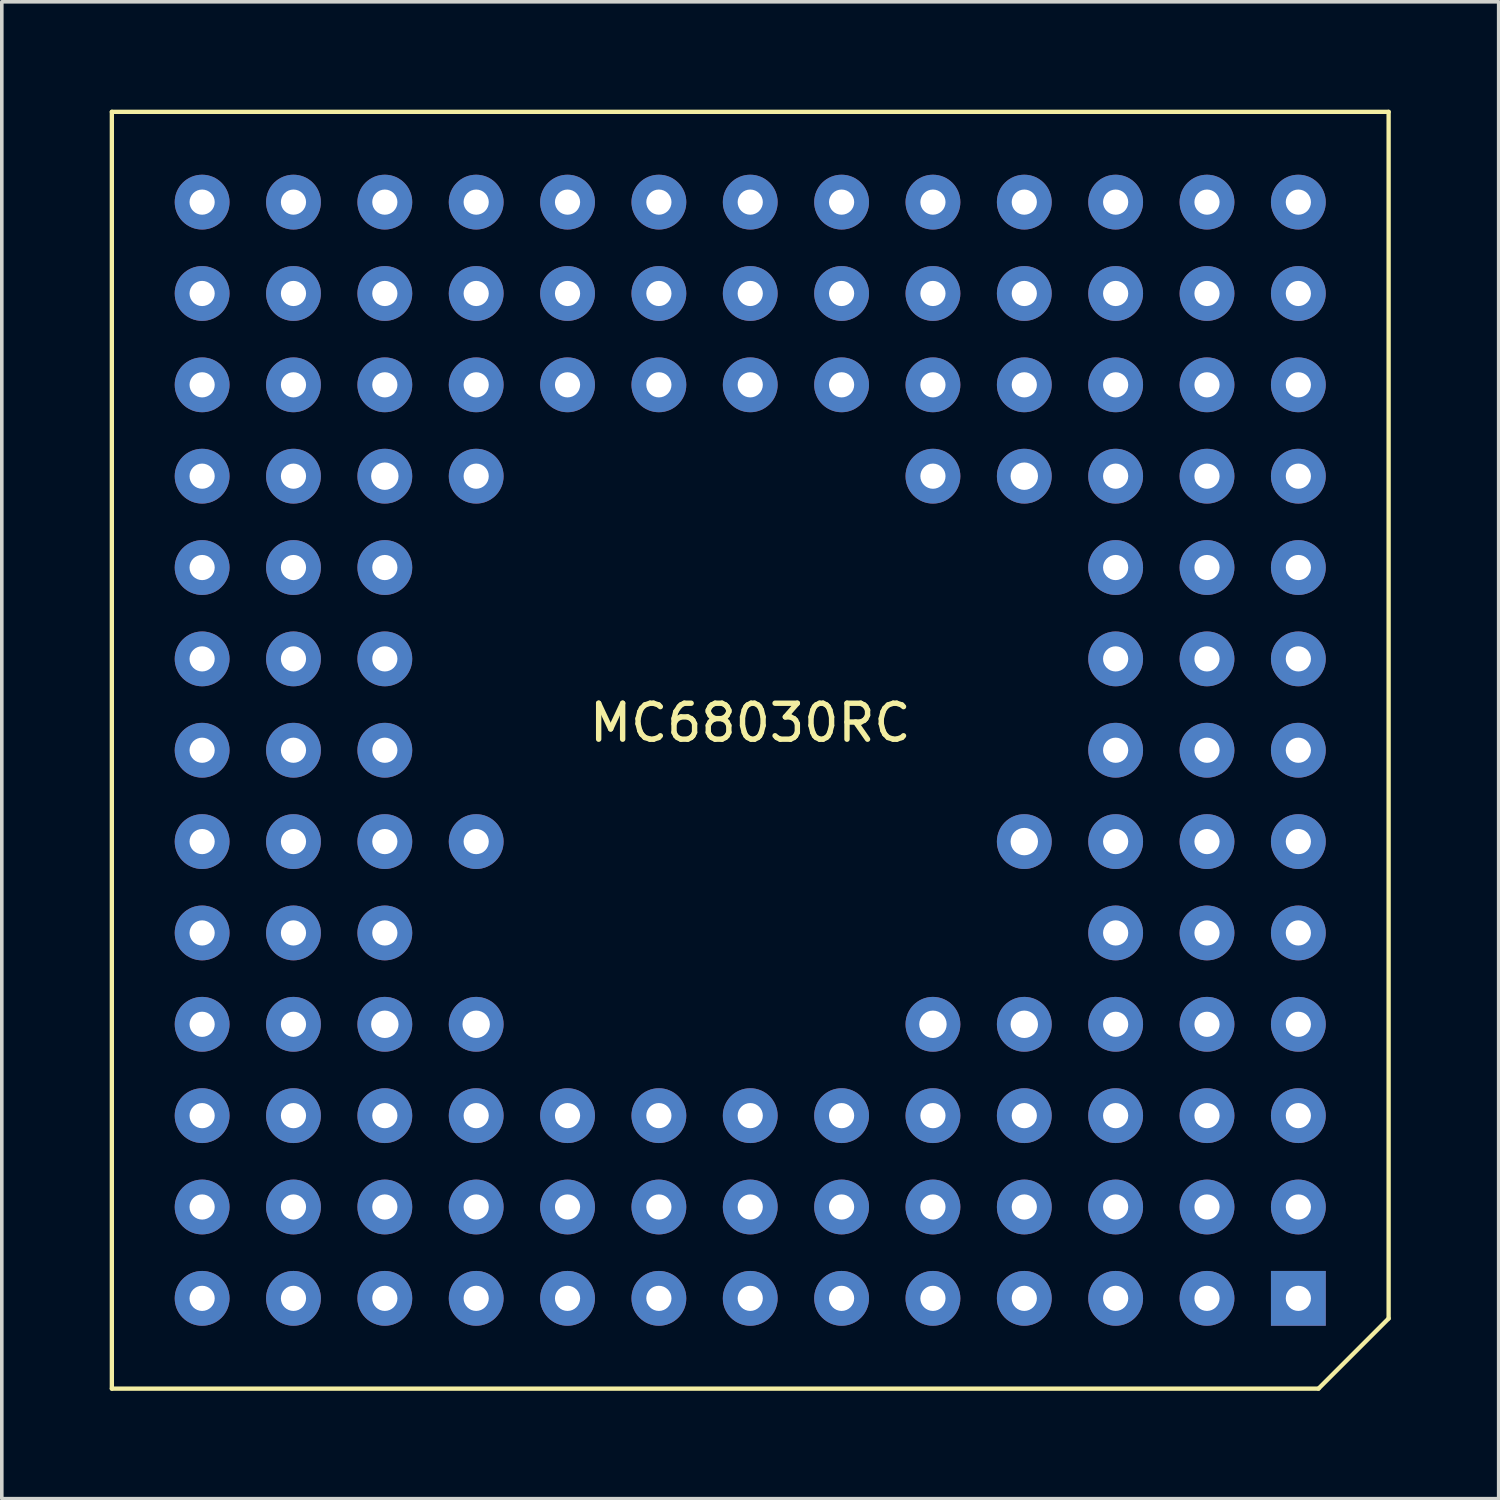
<source format=kicad_pcb>
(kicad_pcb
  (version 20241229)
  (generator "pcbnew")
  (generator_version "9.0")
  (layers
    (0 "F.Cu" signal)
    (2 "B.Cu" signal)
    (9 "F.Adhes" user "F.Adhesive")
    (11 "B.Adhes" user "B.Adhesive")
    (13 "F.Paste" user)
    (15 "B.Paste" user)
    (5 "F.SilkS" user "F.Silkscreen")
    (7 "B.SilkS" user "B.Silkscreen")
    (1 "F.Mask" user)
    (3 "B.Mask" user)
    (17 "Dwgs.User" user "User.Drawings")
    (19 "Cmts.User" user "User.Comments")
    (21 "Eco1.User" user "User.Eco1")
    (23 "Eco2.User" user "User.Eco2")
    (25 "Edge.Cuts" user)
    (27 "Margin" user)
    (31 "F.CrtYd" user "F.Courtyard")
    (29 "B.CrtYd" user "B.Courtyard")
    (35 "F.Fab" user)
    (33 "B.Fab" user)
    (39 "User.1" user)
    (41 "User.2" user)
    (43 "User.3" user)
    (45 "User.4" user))
  (footprint "MC68030RC"
    (layer "F.Cu")
    (at 17.81 17.81)
    (property "Reference" "MC68030RC" (at 0 -0.762 0) (layer "F.SilkS") (effects (font (size 1 1) (thickness 0.15))))
    (attr through_hole)
    (fp_line (start -17.75 -17.75) (end 17.75 -17.75) (stroke (width 0.12) (type solid)) (layer "F.SilkS"))
    (fp_line (start -17.75 17.75) (end -17.75 -17.75) (stroke (width 0.12) (type solid)) (layer "F.SilkS"))
    (fp_line (start 15.8 17.75) (end -17.75 17.75) (stroke (width 0.12) (type solid)) (layer "F.SilkS"))
    (fp_line (start 17.75 -17.75) (end 17.75 15.8) (stroke (width 0.12) (type solid)) (layer "F.SilkS"))
    (fp_line (start 17.75 15.8) (end 15.8 17.75) (stroke (width 0.12) (type solid)) (layer "F.SilkS"))
    (pad "A1" thru_hole rect (at 15.24 15.24) (size 1.524 1.524) (drill 0.7) (layers "*.Cu" "*.Mask"))
    (pad "A2" thru_hole circle (at 12.7 15.24) (size 1.524 1.524) (drill 0.7) (layers "*.Cu" "*.Mask"))
    (pad "A3" thru_hole circle (at 10.16 15.24) (size 1.524 1.524) (drill 0.7) (layers "*.Cu" "*.Mask"))
    (pad "A4" thru_hole circle (at 7.62 15.24) (size 1.524 1.524) (drill 0.7) (layers "*.Cu" "*.Mask"))
    (pad "A5" thru_hole circle (at 5.08 15.24) (size 1.524 1.524) (drill 0.7) (layers "*.Cu" "*.Mask"))
    (pad "A6" thru_hole circle (at 2.54 15.24) (size 1.524 1.524) (drill 0.7) (layers "*.Cu" "*.Mask"))
    (pad "A7" thru_hole circle (at 0 15.24) (size 1.524 1.524) (drill 0.7) (layers "*.Cu" "*.Mask"))
    (pad "A8" thru_hole circle (at -2.54 15.24) (size 1.524 1.524) (drill 0.7) (layers "*.Cu" "*.Mask"))
    (pad "A9" thru_hole circle (at -5.08 15.24) (size 1.524 1.524) (drill 0.7) (layers "*.Cu" "*.Mask"))
    (pad "A10" thru_hole circle (at -7.62 15.24) (size 1.524 1.524) (drill 0.7) (layers "*.Cu" "*.Mask"))
    (pad "A11" thru_hole circle (at -10.16 15.24) (size 1.524 1.524) (drill 0.7) (layers "*.Cu" "*.Mask"))
    (pad "A12" thru_hole circle (at -12.7 15.24) (size 1.524 1.524) (drill 0.7) (layers "*.Cu" "*.Mask"))
    (pad "A13" thru_hole circle (at -15.24 15.24) (size 1.524 1.524) (drill 0.7) (layers "*.Cu" "*.Mask"))
    (pad "B1" thru_hole circle (at 15.24 12.7) (size 1.524 1.524) (drill 0.7) (layers "*.Cu" "*.Mask"))
    (pad "B2" thru_hole circle (at 12.7 12.7) (size 1.524 1.524) (drill 0.7) (layers "*.Cu" "*.Mask"))
    (pad "B3" thru_hole circle (at 10.16 12.7) (size 1.524 1.524) (drill 0.7) (layers "*.Cu" "*.Mask"))
    (pad "B4" thru_hole circle (at 7.62 12.7) (size 1.524 1.524) (drill 0.7) (layers "*.Cu" "*.Mask"))
    (pad "B5" thru_hole circle (at 5.08 12.7) (size 1.524 1.524) (drill 0.7) (layers "*.Cu" "*.Mask"))
    (pad "B6" thru_hole circle (at 2.54 12.7) (size 1.524 1.524) (drill 0.7) (layers "*.Cu" "*.Mask"))
    (pad "B7" thru_hole circle (at 0 12.7) (size 1.524 1.524) (drill 0.7) (layers "*.Cu" "*.Mask"))
    (pad "B8" thru_hole circle (at -2.54 12.7) (size 1.524 1.524) (drill 0.7) (layers "*.Cu" "*.Mask"))
    (pad "B9" thru_hole circle (at -5.08 12.7) (size 1.524 1.524) (drill 0.7) (layers "*.Cu" "*.Mask"))
    (pad "B10" thru_hole circle (at -7.62 12.7) (size 1.524 1.524) (drill 0.7) (layers "*.Cu" "*.Mask"))
    (pad "B11" thru_hole circle (at -10.16 12.7) (size 1.524 1.524) (drill 0.7) (layers "*.Cu" "*.Mask"))
    (pad "B12" thru_hole circle (at -12.7 12.7) (size 1.524 1.524) (drill 0.7) (layers "*.Cu" "*.Mask"))
    (pad "B13" thru_hole circle (at -15.24 12.7) (size 1.524 1.524) (drill 0.7) (layers "*.Cu" "*.Mask"))
    (pad "C1" thru_hole circle (at 15.24 10.16) (size 1.524 1.524) (drill 0.7) (layers "*.Cu" "*.Mask"))
    (pad "C2" thru_hole circle (at 12.7 10.16) (size 1.524 1.524) (drill 0.7) (layers "*.Cu" "*.Mask"))
    (pad "C3" thru_hole circle (at 10.16 10.16) (size 1.524 1.524) (drill 0.7) (layers "*.Cu" "*.Mask"))
    (pad "C4" thru_hole circle (at 7.62 10.16) (size 1.524 1.524) (drill 0.7) (layers "*.Cu" "*.Mask"))
    (pad "C5" thru_hole circle (at 5.08 10.16) (size 1.524 1.524) (drill 0.7) (layers "*.Cu" "*.Mask"))
    (pad "C6" thru_hole circle (at 2.54 10.16) (size 1.524 1.524) (drill 0.7) (layers "*.Cu" "*.Mask"))
    (pad "C7" thru_hole circle (at 0 10.16) (size 1.524 1.524) (drill 0.7) (layers "*.Cu" "*.Mask"))
    (pad "C8" thru_hole circle (at -2.54 10.16) (size 1.524 1.524) (drill 0.7) (layers "*.Cu" "*.Mask"))
    (pad "C9" thru_hole circle (at -5.08 10.16) (size 1.524 1.524) (drill 0.7) (layers "*.Cu" "*.Mask"))
    (pad "C10" thru_hole circle (at -7.62 10.16) (size 1.524 1.524) (drill 0.7) (layers "*.Cu" "*.Mask"))
    (pad "C11" thru_hole circle (at -10.16 10.16) (size 1.524 1.524) (drill 0.7) (layers "*.Cu" "*.Mask"))
    (pad "C12" thru_hole circle (at -12.7 10.16) (size 1.524 1.524) (drill 0.7) (layers "*.Cu" "*.Mask"))
    (pad "C13" thru_hole circle (at -15.24 10.16) (size 1.524 1.524) (drill 0.7) (layers "*.Cu" "*.Mask"))
    (pad "D1" thru_hole circle (at 15.24 7.62) (size 1.524 1.524) (drill 0.7) (layers "*.Cu" "*.Mask"))
    (pad "D2" thru_hole circle (at 12.7 7.62) (size 1.524 1.524) (drill 0.7) (layers "*.Cu" "*.Mask"))
    (pad "D3" thru_hole circle (at 10.16 7.62) (size 1.524 1.524) (drill 0.7) (layers "*.Cu" "*.Mask"))
    (pad "D4" thru_hole circle (at 7.62 7.62) (size 1.524 1.524) (drill 0.762) (layers "*.Cu" "*.Mask"))
    (pad "D5" thru_hole circle (at 5.08 7.62) (size 1.524 1.524) (drill 0.762) (layers "*.Cu" "*.Mask"))
    (pad "D10" thru_hole circle (at -7.62 7.62) (size 1.524 1.524) (drill 0.762) (layers "*.Cu" "*.Mask"))
    (pad "D11" thru_hole circle (at -10.16 7.62) (size 1.524 1.524) (drill 0.762) (layers "*.Cu" "*.Mask"))
    (pad "D12" thru_hole circle (at -12.7 7.62) (size 1.524 1.524) (drill 0.7) (layers "*.Cu" "*.Mask"))
    (pad "D13" thru_hole circle (at -15.24 7.62) (size 1.524 1.524) (drill 0.7) (layers "*.Cu" "*.Mask"))
    (pad "E1" thru_hole circle (at 15.24 5.08) (size 1.524 1.524) (drill 0.7) (layers "*.Cu" "*.Mask"))
    (pad "E2" thru_hole circle (at 12.7 5.08) (size 1.524 1.524) (drill 0.7) (layers "*.Cu" "*.Mask"))
    (pad "E3" thru_hole circle (at 10.16 5.08) (size 1.524 1.524) (drill 0.7) (layers "*.Cu" "*.Mask"))
    (pad "E11" thru_hole circle (at -10.16 5.08) (size 1.524 1.524) (drill 0.7) (layers "*.Cu" "*.Mask"))
    (pad "E12" thru_hole circle (at -12.7 5.08) (size 1.524 1.524) (drill 0.7) (layers "*.Cu" "*.Mask"))
    (pad "E13" thru_hole circle (at -15.24 5.08) (size 1.524 1.524) (drill 0.7) (layers "*.Cu" "*.Mask"))
    (pad "F1" thru_hole circle (at 15.24 2.54) (size 1.524 1.524) (drill 0.7) (layers "*.Cu" "*.Mask"))
    (pad "F2" thru_hole circle (at 12.7 2.54) (size 1.524 1.524) (drill 0.7) (layers "*.Cu" "*.Mask"))
    (pad "F3" thru_hole circle (at 10.16 2.54) (size 1.524 1.524) (drill 0.7) (layers "*.Cu" "*.Mask"))
    (pad "F4" thru_hole circle (at 7.62 2.54) (size 1.524 1.524) (drill 0.762) (layers "*.Cu" "*.Mask"))
    (pad "F10" thru_hole circle (at -7.62 2.54) (size 1.524 1.524) (drill 0.7) (layers "*.Cu" "*.Mask"))
    (pad "F11" thru_hole circle (at -10.16 2.54) (size 1.524 1.524) (drill 0.7) (layers "*.Cu" "*.Mask"))
    (pad "F12" thru_hole circle (at -12.7 2.54) (size 1.524 1.524) (drill 0.7) (layers "*.Cu" "*.Mask"))
    (pad "F13" thru_hole circle (at -15.24 2.54) (size 1.524 1.524) (drill 0.7) (layers "*.Cu" "*.Mask"))
    (pad "G1" thru_hole circle (at 15.24 0) (size 1.524 1.524) (drill 0.7) (layers "*.Cu" "*.Mask"))
    (pad "G2" thru_hole circle (at 12.7 0) (size 1.524 1.524) (drill 0.7) (layers "*.Cu" "*.Mask"))
    (pad "G3" thru_hole circle (at 10.16 0) (size 1.524 1.524) (drill 0.7) (layers "*.Cu" "*.Mask"))
    (pad "G11" thru_hole circle (at -10.16 0) (size 1.524 1.524) (drill 0.7) (layers "*.Cu" "*.Mask"))
    (pad "G12" thru_hole circle (at -12.7 0) (size 1.524 1.524) (drill 0.7) (layers "*.Cu" "*.Mask"))
    (pad "G13" thru_hole circle (at -15.24 0) (size 1.524 1.524) (drill 0.7) (layers "*.Cu" "*.Mask"))
    (pad "H1" thru_hole circle (at 15.24 -2.54) (size 1.524 1.524) (drill 0.7) (layers "*.Cu" "*.Mask"))
    (pad "H2" thru_hole circle (at 12.7 -2.54) (size 1.524 1.524) (drill 0.7) (layers "*.Cu" "*.Mask"))
    (pad "H3" thru_hole circle (at 10.16 -2.54) (size 1.524 1.524) (drill 0.7) (layers "*.Cu" "*.Mask"))
    (pad "H11" thru_hole circle (at -10.16 -2.54) (size 1.524 1.524) (drill 0.7) (layers "*.Cu" "*.Mask"))
    (pad "H12" thru_hole circle (at -12.7 -2.54) (size 1.524 1.524) (drill 0.7) (layers "*.Cu" "*.Mask"))
    (pad "H13" thru_hole circle (at -15.24 -2.54) (size 1.524 1.524) (drill 0.7) (layers "*.Cu" "*.Mask"))
    (pad "J1" thru_hole circle (at 15.24 -5.08) (size 1.524 1.524) (drill 0.7) (layers "*.Cu" "*.Mask"))
    (pad "J2" thru_hole circle (at 12.7 -5.08) (size 1.524 1.524) (drill 0.7) (layers "*.Cu" "*.Mask"))
    (pad "J3" thru_hole circle (at 10.16 -5.08) (size 1.524 1.524) (drill 0.7) (layers "*.Cu" "*.Mask"))
    (pad "J11" thru_hole circle (at -10.16 -5.08) (size 1.524 1.524) (drill 0.7) (layers "*.Cu" "*.Mask"))
    (pad "J12" thru_hole circle (at -12.7 -5.08) (size 1.524 1.524) (drill 0.7) (layers "*.Cu" "*.Mask"))
    (pad "J13" thru_hole circle (at -15.24 -5.08) (size 1.524 1.524) (drill 0.7) (layers "*.Cu" "*.Mask"))
    (pad "K1" thru_hole circle (at 15.24 -7.62) (size 1.524 1.524) (drill 0.7) (layers "*.Cu" "*.Mask"))
    (pad "K2" thru_hole circle (at 12.7 -7.62) (size 1.524 1.524) (drill 0.7) (layers "*.Cu" "*.Mask"))
    (pad "K3" thru_hole circle (at 10.16 -7.62) (size 1.524 1.524) (drill 0.7) (layers "*.Cu" "*.Mask"))
    (pad "K4" thru_hole circle (at 7.62 -7.62) (size 1.524 1.524) (drill 0.762) (layers "*.Cu" "*.Mask"))
    (pad "K5" thru_hole circle (at 5.08 -7.62) (size 1.524 1.524) (drill 0.7) (layers "*.Cu" "*.Mask"))
    (pad "K10" thru_hole circle (at -7.62 -7.62) (size 1.524 1.524) (drill 0.7) (layers "*.Cu" "*.Mask"))
    (pad "K11" thru_hole circle (at -10.16 -7.62) (size 1.524 1.524) (drill 0.762) (layers "*.Cu" "*.Mask"))
    (pad "K12" thru_hole circle (at -12.7 -7.62) (size 1.524 1.524) (drill 0.7) (layers "*.Cu" "*.Mask"))
    (pad "K13" thru_hole circle (at -15.24 -7.62) (size 1.524 1.524) (drill 0.7) (layers "*.Cu" "*.Mask"))
    (pad "L1" thru_hole circle (at 15.24 -10.16) (size 1.524 1.524) (drill 0.7) (layers "*.Cu" "*.Mask"))
    (pad "L2" thru_hole circle (at 12.7 -10.16) (size 1.524 1.524) (drill 0.7) (layers "*.Cu" "*.Mask"))
    (pad "L3" thru_hole circle (at 10.16 -10.16) (size 1.524 1.524) (drill 0.7) (layers "*.Cu" "*.Mask"))
    (pad "L4" thru_hole circle (at 7.62 -10.16) (size 1.524 1.524) (drill 0.7) (layers "*.Cu" "*.Mask"))
    (pad "L5" thru_hole circle (at 5.08 -10.16) (size 1.524 1.524) (drill 0.7) (layers "*.Cu" "*.Mask"))
    (pad "L6" thru_hole circle (at 2.54 -10.16) (size 1.524 1.524) (drill 0.7) (layers "*.Cu" "*.Mask"))
    (pad "L7" thru_hole circle (at 0 -10.16) (size 1.524 1.524) (drill 0.7) (layers "*.Cu" "*.Mask"))
    (pad "L8" thru_hole circle (at -2.54 -10.16) (size 1.524 1.524) (drill 0.7) (layers "*.Cu" "*.Mask"))
    (pad "L9" thru_hole circle (at -5.08 -10.16) (size 1.524 1.524) (drill 0.7) (layers "*.Cu" "*.Mask"))
    (pad "L10" thru_hole circle (at -7.62 -10.16) (size 1.524 1.524) (drill 0.7) (layers "*.Cu" "*.Mask"))
    (pad "L11" thru_hole circle (at -10.16 -10.16) (size 1.524 1.524) (drill 0.7) (layers "*.Cu" "*.Mask"))
    (pad "L12" thru_hole circle (at -12.7 -10.16) (size 1.524 1.524) (drill 0.7) (layers "*.Cu" "*.Mask"))
    (pad "L13" thru_hole circle (at -15.24 -10.16) (size 1.524 1.524) (drill 0.7) (layers "*.Cu" "*.Mask"))
    (pad "M1" thru_hole circle (at 15.24 -12.7) (size 1.524 1.524) (drill 0.7) (layers "*.Cu" "*.Mask"))
    (pad "M2" thru_hole circle (at 12.7 -12.7) (size 1.524 1.524) (drill 0.7) (layers "*.Cu" "*.Mask"))
    (pad "M3" thru_hole circle (at 10.16 -12.7) (size 1.524 1.524) (drill 0.7) (layers "*.Cu" "*.Mask"))
    (pad "M4" thru_hole circle (at 7.62 -12.7) (size 1.524 1.524) (drill 0.7) (layers "*.Cu" "*.Mask"))
    (pad "M5" thru_hole circle (at 5.08 -12.7) (size 1.524 1.524) (drill 0.7) (layers "*.Cu" "*.Mask"))
    (pad "M6" thru_hole circle (at 2.54 -12.7) (size 1.524 1.524) (drill 0.7) (layers "*.Cu" "*.Mask"))
    (pad "M7" thru_hole circle (at 0 -12.7) (size 1.524 1.524) (drill 0.7) (layers "*.Cu" "*.Mask"))
    (pad "M8" thru_hole circle (at -2.54 -12.7) (size 1.524 1.524) (drill 0.7) (layers "*.Cu" "*.Mask"))
    (pad "M9" thru_hole circle (at -5.08 -12.7) (size 1.524 1.524) (drill 0.7) (layers "*.Cu" "*.Mask"))
    (pad "M10" thru_hole circle (at -7.62 -12.7) (size 1.524 1.524) (drill 0.7) (layers "*.Cu" "*.Mask"))
    (pad "M11" thru_hole circle (at -10.16 -12.7) (size 1.524 1.524) (drill 0.7) (layers "*.Cu" "*.Mask"))
    (pad "M12" thru_hole circle (at -12.7 -12.7) (size 1.524 1.524) (drill 0.7) (layers "*.Cu" "*.Mask"))
    (pad "M13" thru_hole circle (at -15.24 -12.7) (size 1.524 1.524) (drill 0.7) (layers "*.Cu" "*.Mask"))
    (pad "N1" thru_hole circle (at 15.24 -15.24) (size 1.524 1.524) (drill 0.7) (layers "*.Cu" "*.Mask"))
    (pad "N2" thru_hole circle (at 12.7 -15.24) (size 1.524 1.524) (drill 0.7) (layers "*.Cu" "*.Mask"))
    (pad "N3" thru_hole circle (at 10.16 -15.24) (size 1.524 1.524) (drill 0.7) (layers "*.Cu" "*.Mask"))
    (pad "N4" thru_hole circle (at 7.62 -15.24) (size 1.524 1.524) (drill 0.7) (layers "*.Cu" "*.Mask"))
    (pad "N5" thru_hole circle (at 5.08 -15.24) (size 1.524 1.524) (drill 0.7) (layers "*.Cu" "*.Mask"))
    (pad "N6" thru_hole circle (at 2.54 -15.24) (size 1.524 1.524) (drill 0.7) (layers "*.Cu" "*.Mask"))
    (pad "N7" thru_hole circle (at 0 -15.24) (size 1.524 1.524) (drill 0.7) (layers "*.Cu" "*.Mask"))
    (pad "N8" thru_hole circle (at -2.54 -15.24) (size 1.524 1.524) (drill 0.7) (layers "*.Cu" "*.Mask"))
    (pad "N9" thru_hole circle (at -5.08 -15.24) (size 1.524 1.524) (drill 0.7) (layers "*.Cu" "*.Mask"))
    (pad "N10" thru_hole circle (at -7.62 -15.24) (size 1.524 1.524) (drill 0.7) (layers "*.Cu" "*.Mask"))
    (pad "N11" thru_hole circle (at -10.16 -15.24) (size 1.524 1.524) (drill 0.7) (layers "*.Cu" "*.Mask"))
    (pad "N12" thru_hole circle (at -12.7 -15.24) (size 1.524 1.524) (drill 0.7) (layers "*.Cu" "*.Mask"))
    (pad "N13" thru_hole circle (at -15.24 -15.24) (size 1.524 1.524) (drill 0.7) (layers "*.Cu" "*.Mask")))
  (gr_rect
    (start -3 -3)
    (end 38.62 38.62)
    (stroke (width 0.1) (type default))
    (fill no)
    (layer "Edge.Cuts")))
</source>
